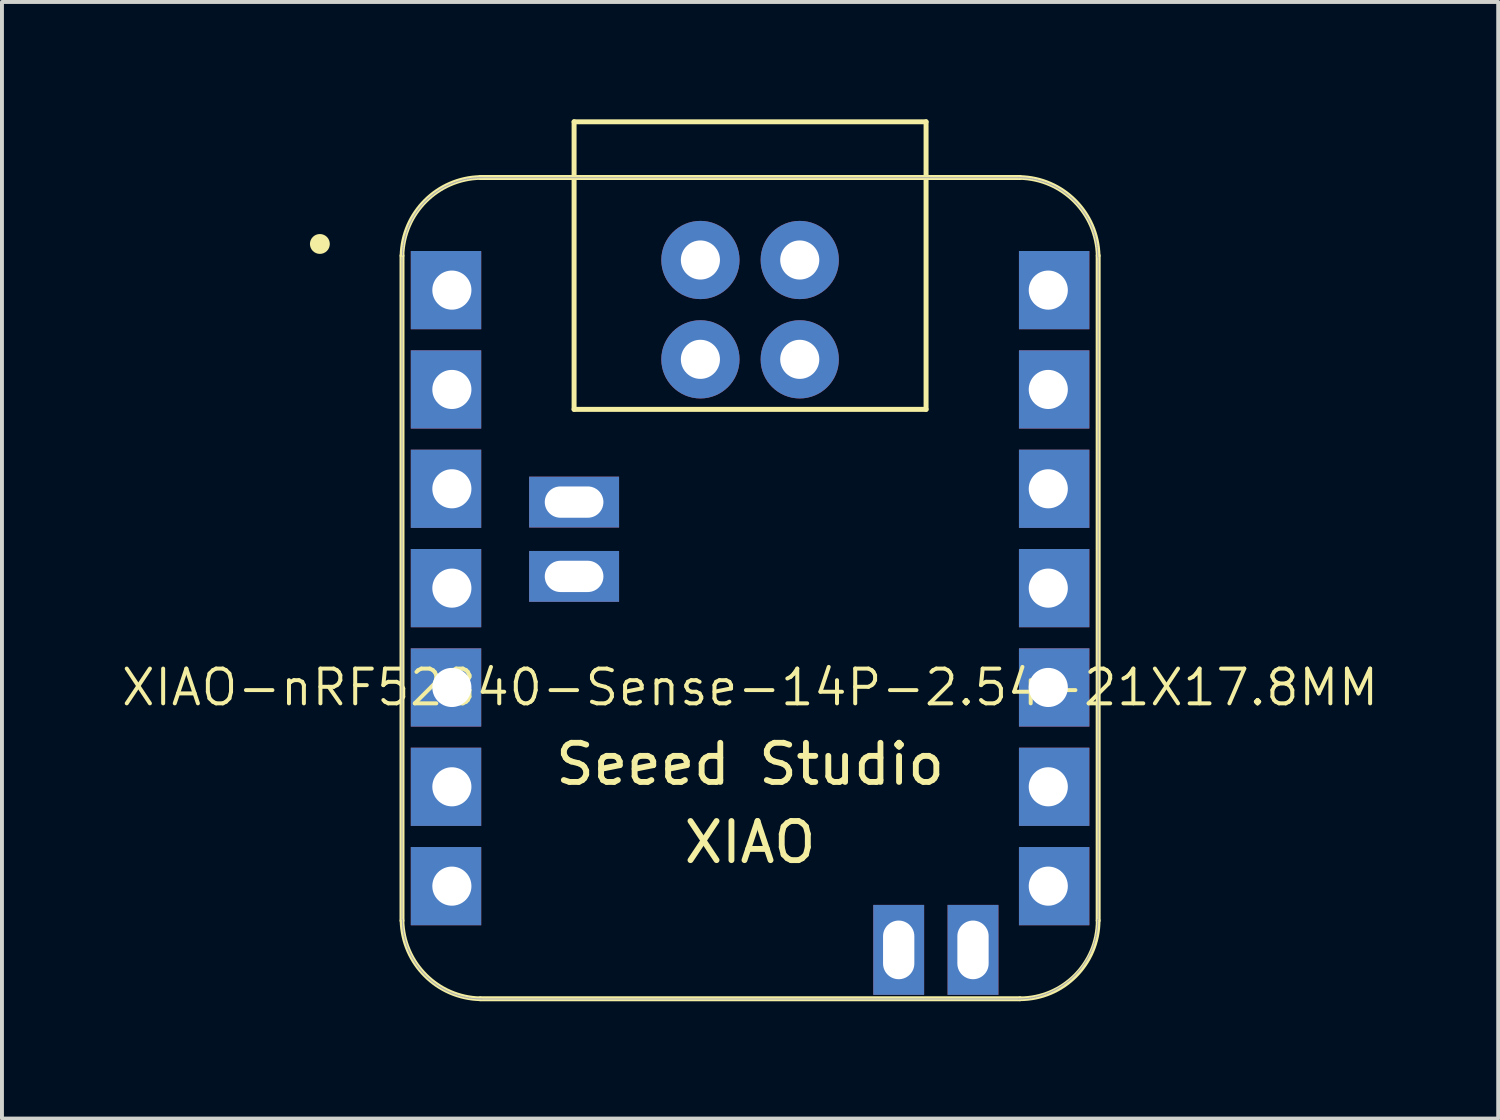
<source format=kicad_pcb>
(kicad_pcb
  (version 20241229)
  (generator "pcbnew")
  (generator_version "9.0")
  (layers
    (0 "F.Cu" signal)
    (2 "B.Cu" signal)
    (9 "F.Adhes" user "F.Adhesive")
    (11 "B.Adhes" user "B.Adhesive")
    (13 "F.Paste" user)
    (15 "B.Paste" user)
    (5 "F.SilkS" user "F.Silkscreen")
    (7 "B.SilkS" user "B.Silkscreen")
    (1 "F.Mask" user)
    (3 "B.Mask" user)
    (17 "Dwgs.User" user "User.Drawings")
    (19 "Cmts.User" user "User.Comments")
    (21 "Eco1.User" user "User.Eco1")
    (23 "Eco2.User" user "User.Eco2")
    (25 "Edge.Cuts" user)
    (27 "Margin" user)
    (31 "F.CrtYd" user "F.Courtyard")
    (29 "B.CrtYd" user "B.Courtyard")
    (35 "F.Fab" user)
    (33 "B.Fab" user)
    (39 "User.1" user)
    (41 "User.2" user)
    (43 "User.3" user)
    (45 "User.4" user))
  (footprint "XIAO-nRF52840-Sense-14P-2.54-21X17.8MM"
    (layer "F.Cu")
    (at 16.129 11.988)
    (property "Reference" "XIAO-nRF52840-Sense-14P-2.54-21X17.8MM" (at 0 2.54 0) (layer "F.SilkS") (effects (font (size 0.889 0.889) (thickness 0.102))))
    (attr smd)
    (fp_line (start -8.9 -8.5) (end -8.9 8.5) (stroke (width 0.127) (type solid)) (layer "F.SilkS"))
    (fp_line (start -6.9 10.5) (end 6.9 10.5) (stroke (width 0.127) (type solid)) (layer "F.SilkS"))
    (fp_line (start -4.5 -11.924) (end 4.5 -11.924) (stroke (width 0.127) (type solid)) (layer "F.SilkS"))
    (fp_line (start -4.5 -4.571) (end -4.5 -11.924) (stroke (width 0.127) (type solid)) (layer "F.SilkS"))
    (fp_line (start 4.5 -11.924) (end 4.5 -4.571) (stroke (width 0.127) (type solid)) (layer "F.SilkS"))
    (fp_line (start 4.5 -4.571) (end -4.5 -4.571) (stroke (width 0.127) (type solid)) (layer "F.SilkS"))
    (fp_line (start 6.9 -10.499) (end -6.9 -10.499) (stroke (width 0.127) (type solid)) (layer "F.SilkS"))
    (fp_line (start 8.9 8.5) (end 8.9 -8.5) (stroke (width 0.127) (type solid)) (layer "F.SilkS"))
    (fp_arc (start -8.9 -8.5) (mid -8.301491 -9.901491) (end -6.9 -10.5) (stroke (width 0.12) (type solid)) (layer "F.SilkS"))
    (fp_arc (start -6.9 10.5) (mid -8.301423 9.901423) (end -8.9 8.5) (stroke (width 0.12) (type solid)) (layer "F.SilkS"))
    (fp_arc (start 6.9 -10.5) (mid 8.301492 -9.901492) (end 8.9 -8.5) (stroke (width 0.12) (type solid)) (layer "F.SilkS"))
    (fp_arc (start 8.9 8.5) (mid 8.314214 9.914214) (end 6.9 10.5) (stroke (width 0.12) (type solid)) (layer "F.SilkS"))
    (fp_circle (center -11 -8.8) (end -11 -9.054) (stroke (width 0) (type solid)) (fill yes) (layer "F.SilkS"))
    (fp_poly (pts (xy -8.888 -8.562) (xy -8.885 -8.61) (xy -8.881 -8.659)) (stroke (width 0.025) (type solid)) (fill no) (layer "F.SilkS"))
    (fp_poly (pts (xy 8.889 8.522) (xy 8.888 8.571) (xy 8.885 8.62) (xy 8.881 8.669) (xy 8.875 8.717) (xy 8.869 8.766) (xy 8.861 8.815) (xy 8.852 8.863) (xy 8.842 8.911)) (stroke (width 0.025) (type solid)) (fill no) (layer "F.SilkS"))
    (fp_line (start -8.9 -8.463) (end -8.9 8.473) (stroke (width 0.025) (type solid)) (layer "F.Fab"))
    (fp_line (start -8.89 8.473) (end -8.889 8.522) (stroke (width 0.025) (type solid)) (layer "F.Fab"))
    (fp_line (start -8.889 8.522) (end -8.888 8.571) (stroke (width 0.025) (type solid)) (layer "F.Fab"))
    (fp_line (start -8.888 -8.562) (end -8.889 -8.512) (stroke (width 0.025) (type solid)) (layer "F.Fab"))
    (fp_line (start -8.888 8.571) (end -8.885 8.62) (stroke (width 0.025) (type solid)) (layer "F.Fab"))
    (fp_line (start -8.885 -8.61) (end -8.888 -8.562) (stroke (width 0.025) (type solid)) (layer "F.Fab"))
    (fp_line (start -8.885 8.62) (end -8.881 8.669) (stroke (width 0.025) (type solid)) (layer "F.Fab"))
    (fp_line (start -8.881 -8.659) (end -8.885 -8.61) (stroke (width 0.025) (type solid)) (layer "F.Fab"))
    (fp_line (start -8.881 8.669) (end -8.875 8.717) (stroke (width 0.025) (type solid)) (layer "F.Fab"))
    (fp_line (start -8.875 -8.708) (end -8.881 -8.659) (stroke (width 0.025) (type solid)) (layer "F.Fab"))
    (fp_line (start -8.875 8.717) (end -8.869 8.766) (stroke (width 0.025) (type solid)) (layer "F.Fab"))
    (fp_line (start -8.869 -8.757) (end -8.875 -8.708) (stroke (width 0.025) (type solid)) (layer "F.Fab"))
    (fp_line (start -8.869 8.766) (end -8.861 8.815) (stroke (width 0.025) (type solid)) (layer "F.Fab"))
    (fp_line (start -8.861 -8.806) (end -8.869 -8.757) (stroke (width 0.025) (type solid)) (layer "F.Fab"))
    (fp_line (start -8.861 8.815) (end -8.852 8.863) (stroke (width 0.025) (type solid)) (layer "F.Fab"))
    (fp_line (start -8.852 -8.854) (end -8.861 -8.806) (stroke (width 0.025) (type solid)) (layer "F.Fab"))
    (fp_line (start -8.852 8.863) (end -8.842 8.911) (stroke (width 0.025) (type solid)) (layer "F.Fab"))
    (fp_line (start -8.842 -8.902) (end -8.852 -8.854) (stroke (width 0.025) (type solid)) (layer "F.Fab"))
    (fp_line (start -8.842 8.911) (end -8.831 8.959) (stroke (width 0.025) (type solid)) (layer "F.Fab"))
    (fp_line (start -8.831 -8.95) (end -8.842 -8.902) (stroke (width 0.025) (type solid)) (layer "F.Fab"))
    (fp_line (start -8.831 8.959) (end -8.819 9.006) (stroke (width 0.025) (type solid)) (layer "F.Fab"))
    (fp_line (start -8.819 -8.997) (end -8.831 -8.95) (stroke (width 0.025) (type solid)) (layer "F.Fab"))
    (fp_line (start -8.819 9.006) (end -8.805 9.054) (stroke (width 0.025) (type solid)) (layer "F.Fab"))
    (fp_line (start -8.805 -9.045) (end -8.819 -8.997) (stroke (width 0.025) (type solid)) (layer "F.Fab"))
    (fp_line (start -8.805 9.054) (end -8.79 9.1) (stroke (width 0.025) (type solid)) (layer "F.Fab"))
    (fp_line (start -8.79 -9.091) (end -8.805 -9.045) (stroke (width 0.025) (type solid)) (layer "F.Fab"))
    (fp_line (start -8.79 9.1) (end -8.775 9.147) (stroke (width 0.025) (type solid)) (layer "F.Fab"))
    (fp_line (start -8.775 -9.138) (end -8.79 -9.091) (stroke (width 0.025) (type solid)) (layer "F.Fab"))
    (fp_line (start -8.775 9.147) (end -8.758 9.193) (stroke (width 0.025) (type solid)) (layer "F.Fab"))
    (fp_line (start -8.758 -9.184) (end -8.775 -9.138) (stroke (width 0.025) (type solid)) (layer "F.Fab"))
    (fp_line (start -8.758 9.193) (end -8.74 9.239) (stroke (width 0.025) (type solid)) (layer "F.Fab"))
    (fp_line (start -8.74 -9.23) (end -8.758 -9.184) (stroke (width 0.025) (type solid)) (layer "F.Fab"))
    (fp_line (start -8.74 9.239) (end -8.721 9.284) (stroke (width 0.025) (type solid)) (layer "F.Fab"))
    (fp_line (start -8.721 -9.275) (end -8.74 -9.23) (stroke (width 0.025) (type solid)) (layer "F.Fab"))
    (fp_line (start -8.721 9.284) (end -8.701 9.329) (stroke (width 0.025) (type solid)) (layer "F.Fab"))
    (fp_line (start -8.701 -9.32) (end -8.721 -9.275) (stroke (width 0.025) (type solid)) (layer "F.Fab"))
    (fp_line (start -8.701 9.329) (end -8.679 9.373) (stroke (width 0.025) (type solid)) (layer "F.Fab"))
    (fp_line (start -8.679 -9.364) (end -8.701 -9.32) (stroke (width 0.025) (type solid)) (layer "F.Fab"))
    (fp_line (start -8.679 9.373) (end -8.657 9.417) (stroke (width 0.025) (type solid)) (layer "F.Fab"))
    (fp_line (start -8.657 -9.408) (end -8.679 -9.364) (stroke (width 0.025) (type solid)) (layer "F.Fab"))
    (fp_line (start -8.657 9.417) (end -8.634 9.46) (stroke (width 0.025) (type solid)) (layer "F.Fab"))
    (fp_line (start -8.634 -9.451) (end -8.657 -9.408) (stroke (width 0.025) (type solid)) (layer "F.Fab"))
    (fp_line (start -8.634 9.46) (end -8.61 9.503) (stroke (width 0.025) (type solid)) (layer "F.Fab"))
    (fp_line (start -8.61 -9.494) (end -8.634 -9.451) (stroke (width 0.025) (type solid)) (layer "F.Fab"))
    (fp_line (start -8.61 9.503) (end -8.584 9.545) (stroke (width 0.025) (type solid)) (layer "F.Fab"))
    (fp_line (start -8.584 -9.536) (end -8.61 -9.494) (stroke (width 0.025) (type solid)) (layer "F.Fab"))
    (fp_line (start -8.584 9.545) (end -8.558 9.586) (stroke (width 0.025) (type solid)) (layer "F.Fab"))
    (fp_line (start -8.558 -9.577) (end -8.584 -9.536) (stroke (width 0.025) (type solid)) (layer "F.Fab"))
    (fp_line (start -8.558 9.586) (end -8.53 9.627) (stroke (width 0.025) (type solid)) (layer "F.Fab"))
    (fp_line (start -8.53 -9.618) (end -8.558 -9.577) (stroke (width 0.025) (type solid)) (layer "F.Fab"))
    (fp_line (start -8.53 9.627) (end -8.502 9.667) (stroke (width 0.025) (type solid)) (layer "F.Fab"))
    (fp_line (start -8.502 -9.658) (end -8.53 -9.618) (stroke (width 0.025) (type solid)) (layer "F.Fab"))
    (fp_line (start -8.502 9.667) (end -8.473 9.706) (stroke (width 0.025) (type solid)) (layer "F.Fab"))
    (fp_line (start -8.473 -9.697) (end -8.502 -9.658) (stroke (width 0.025) (type solid)) (layer "F.Fab"))
    (fp_line (start -8.473 9.706) (end -8.442 9.745) (stroke (width 0.025) (type solid)) (layer "F.Fab"))
    (fp_line (start -8.442 -9.736) (end -8.473 -9.697) (stroke (width 0.025) (type solid)) (layer "F.Fab"))
    (fp_line (start -8.442 9.745) (end -8.411 9.783) (stroke (width 0.025) (type solid)) (layer "F.Fab"))
    (fp_line (start -8.411 -9.774) (end -8.442 -9.736) (stroke (width 0.025) (type solid)) (layer "F.Fab"))
    (fp_line (start -8.411 9.783) (end -8.379 9.82) (stroke (width 0.025) (type solid)) (layer "F.Fab"))
    (fp_line (start -8.379 -9.811) (end -8.411 -9.774) (stroke (width 0.025) (type solid)) (layer "F.Fab"))
    (fp_line (start -8.379 9.82) (end -8.346 9.856) (stroke (width 0.025) (type solid)) (layer "F.Fab"))
    (fp_line (start -8.346 -9.847) (end -8.379 -9.811) (stroke (width 0.025) (type solid)) (layer "F.Fab"))
    (fp_line (start -8.346 9.856) (end -8.312 9.892) (stroke (width 0.025) (type solid)) (layer "F.Fab"))
    (fp_line (start -8.312 -9.883) (end -8.346 -9.847) (stroke (width 0.025) (type solid)) (layer "F.Fab"))
    (fp_line (start -8.312 9.892) (end -8.277 9.927) (stroke (width 0.025) (type solid)) (layer "F.Fab"))
    (fp_line (start -8.277 -9.918) (end -8.312 -9.883) (stroke (width 0.025) (type solid)) (layer "F.Fab"))
    (fp_line (start -8.277 9.927) (end -8.242 9.96) (stroke (width 0.025) (type solid)) (layer "F.Fab"))
    (fp_line (start -8.242 -9.951) (end -8.277 -9.918) (stroke (width 0.025) (type solid)) (layer "F.Fab"))
    (fp_line (start -8.242 9.96) (end -8.205 9.994) (stroke (width 0.025) (type solid)) (layer "F.Fab"))
    (fp_line (start -8.205 -9.984) (end -8.242 -9.951) (stroke (width 0.025) (type solid)) (layer "F.Fab"))
    (fp_line (start -8.205 9.994) (end -8.168 10.026) (stroke (width 0.025) (type solid)) (layer "F.Fab"))
    (fp_line (start -8.168 -10.017) (end -8.205 -9.984) (stroke (width 0.025) (type solid)) (layer "F.Fab"))
    (fp_line (start -8.168 10.026) (end -8.13 10.057) (stroke (width 0.025) (type solid)) (layer "F.Fab"))
    (fp_line (start -8.13 -10.048) (end -8.168 -10.017) (stroke (width 0.025) (type solid)) (layer "F.Fab"))
    (fp_line (start -8.13 10.057) (end -8.092 10.087) (stroke (width 0.025) (type solid)) (layer "F.Fab"))
    (fp_line (start -8.092 -10.078) (end -8.13 -10.048) (stroke (width 0.025) (type solid)) (layer "F.Fab"))
    (fp_line (start -8.092 10.087) (end -8.052 10.116) (stroke (width 0.025) (type solid)) (layer "F.Fab"))
    (fp_line (start -8.052 -10.107) (end -8.092 -10.078) (stroke (width 0.025) (type solid)) (layer "F.Fab"))
    (fp_line (start -8.052 10.116) (end -8.012 10.145) (stroke (width 0.025) (type solid)) (layer "F.Fab"))
    (fp_line (start -8.012 -10.136) (end -8.052 -10.107) (stroke (width 0.025) (type solid)) (layer "F.Fab"))
    (fp_line (start -8.012 10.145) (end -7.972 10.172) (stroke (width 0.025) (type solid)) (layer "F.Fab"))
    (fp_line (start -7.972 -10.163) (end -8.012 -10.136) (stroke (width 0.025) (type solid)) (layer "F.Fab"))
    (fp_line (start -7.972 10.172) (end -7.93 10.199) (stroke (width 0.025) (type solid)) (layer "F.Fab"))
    (fp_line (start -7.93 -10.19) (end -7.972 -10.163) (stroke (width 0.025) (type solid)) (layer "F.Fab"))
    (fp_line (start -7.93 10.199) (end -7.888 10.224) (stroke (width 0.025) (type solid)) (layer "F.Fab"))
    (fp_line (start -7.888 -10.215) (end -7.93 -10.19) (stroke (width 0.025) (type solid)) (layer "F.Fab"))
    (fp_line (start -7.888 10.224) (end -7.846 10.249) (stroke (width 0.025) (type solid)) (layer "F.Fab"))
    (fp_line (start -7.846 -10.239) (end -7.888 -10.215) (stroke (width 0.025) (type solid)) (layer "F.Fab"))
    (fp_line (start -7.846 10.249) (end -7.802 10.272) (stroke (width 0.025) (type solid)) (layer "F.Fab"))
    (fp_line (start -7.802 -10.263) (end -7.846 -10.239) (stroke (width 0.025) (type solid)) (layer "F.Fab"))
    (fp_line (start -7.802 10.272) (end -7.759 10.294) (stroke (width 0.025) (type solid)) (layer "F.Fab"))
    (fp_line (start -7.759 -10.285) (end -7.802 -10.263) (stroke (width 0.025) (type solid)) (layer "F.Fab"))
    (fp_line (start -7.759 10.294) (end -7.714 10.315) (stroke (width 0.025) (type solid)) (layer "F.Fab"))
    (fp_line (start -7.714 -10.306) (end -7.759 -10.285) (stroke (width 0.025) (type solid)) (layer "F.Fab"))
    (fp_line (start -7.714 10.315) (end -7.67 10.335) (stroke (width 0.025) (type solid)) (layer "F.Fab"))
    (fp_line (start -7.67 -10.326) (end -7.714 -10.306) (stroke (width 0.025) (type solid)) (layer "F.Fab"))
    (fp_line (start -7.67 10.335) (end -7.624 10.354) (stroke (width 0.025) (type solid)) (layer "F.Fab"))
    (fp_line (start -7.624 -10.345) (end -7.67 -10.326) (stroke (width 0.025) (type solid)) (layer "F.Fab"))
    (fp_line (start -7.624 10.354) (end -7.579 10.372) (stroke (width 0.025) (type solid)) (layer "F.Fab"))
    (fp_line (start -7.579 -10.363) (end -7.624 -10.345) (stroke (width 0.025) (type solid)) (layer "F.Fab"))
    (fp_line (start -7.579 10.372) (end -7.532 10.389) (stroke (width 0.025) (type solid)) (layer "F.Fab"))
    (fp_line (start -7.532 -10.38) (end -7.579 -10.363) (stroke (width 0.025) (type solid)) (layer "F.Fab"))
    (fp_line (start -7.532 10.389) (end -7.486 10.405) (stroke (width 0.025) (type solid)) (layer "F.Fab"))
    (fp_line (start -7.486 -10.396) (end -7.532 -10.38) (stroke (width 0.025) (type solid)) (layer "F.Fab"))
    (fp_line (start -7.486 10.405) (end -7.439 10.42) (stroke (width 0.025) (type solid)) (layer "F.Fab"))
    (fp_line (start -7.439 -10.411) (end -7.486 -10.396) (stroke (width 0.025) (type solid)) (layer "F.Fab"))
    (fp_line (start -7.439 10.42) (end -7.392 10.433) (stroke (width 0.025) (type solid)) (layer "F.Fab"))
    (fp_line (start -7.392 -10.424) (end -7.439 -10.411) (stroke (width 0.025) (type solid)) (layer "F.Fab"))
    (fp_line (start -7.392 10.433) (end -7.344 10.446) (stroke (width 0.025) (type solid)) (layer "F.Fab"))
    (fp_line (start -7.344 -10.436) (end -7.392 -10.424) (stroke (width 0.025) (type solid)) (layer "F.Fab"))
    (fp_line (start -7.344 10.446) (end -7.296 10.457) (stroke (width 0.025) (type solid)) (layer "F.Fab"))
    (fp_line (start -7.296 -10.448) (end -7.344 -10.436) (stroke (width 0.025) (type solid)) (layer "F.Fab"))
    (fp_line (start -7.296 10.457) (end -7.248 10.467) (stroke (width 0.025) (type solid)) (layer "F.Fab"))
    (fp_line (start -7.248 -10.458) (end -7.296 -10.448) (stroke (width 0.025) (type solid)) (layer "F.Fab"))
    (fp_line (start -7.248 10.467) (end -7.2 10.476) (stroke (width 0.025) (type solid)) (layer "F.Fab"))
    (fp_line (start -7.2 -10.466) (end -7.248 -10.458) (stroke (width 0.025) (type solid)) (layer "F.Fab"))
    (fp_line (start -7.2 10.476) (end -7.152 10.483) (stroke (width 0.025) (type solid)) (layer "F.Fab"))
    (fp_line (start -7.152 -10.474) (end -7.2 -10.466) (stroke (width 0.025) (type solid)) (layer "F.Fab"))
    (fp_line (start -7.152 10.483) (end -7.103 10.49) (stroke (width 0.025) (type solid)) (layer "F.Fab"))
    (fp_line (start -7.103 -10.481) (end -7.152 -10.474) (stroke (width 0.025) (type solid)) (layer "F.Fab"))
    (fp_line (start -7.103 10.49) (end -7.054 10.495) (stroke (width 0.025) (type solid)) (layer "F.Fab"))
    (fp_line (start -7.054 -10.486) (end -7.103 -10.481) (stroke (width 0.025) (type solid)) (layer "F.Fab"))
    (fp_line (start -7.054 10.495) (end -7.005 10.499) (stroke (width 0.025) (type solid)) (layer "F.Fab"))
    (fp_line (start -7.005 -10.49) (end -7.054 -10.486) (stroke (width 0.025) (type solid)) (layer "F.Fab"))
    (fp_line (start -7.005 10.499) (end -6.956 10.502) (stroke (width 0.025) (type solid)) (layer "F.Fab"))
    (fp_line (start -6.956 -10.493) (end -7.005 -10.49) (stroke (width 0.025) (type solid)) (layer "F.Fab"))
    (fp_line (start -6.956 10.502) (end -6.907 10.504) (stroke (width 0.025) (type solid)) (layer "F.Fab"))
    (fp_line (start -6.907 -10.495) (end -6.956 -10.493) (stroke (width 0.025) (type solid)) (layer "F.Fab"))
    (fp_line (start -6.907 10.504) (end -6.858 10.505) (stroke (width 0.025) (type solid)) (layer "F.Fab"))
    (fp_line (start -6.858 -10.495) (end -6.907 -10.495) (stroke (width 0.025) (type solid)) (layer "F.Fab"))
    (fp_line (start -6.858 10.505) (end 6.858 10.505) (stroke (width 0.025) (type solid)) (layer "F.Fab"))
    (fp_line (start 6.858 -10.495) (end -6.858 -10.495) (stroke (width 0.025) (type solid)) (layer "F.Fab"))
    (fp_line (start 6.858 10.505) (end 6.907 10.504) (stroke (width 0.025) (type solid)) (layer "F.Fab"))
    (fp_line (start 6.907 -10.495) (end 6.858 -10.495) (stroke (width 0.025) (type solid)) (layer "F.Fab"))
    (fp_line (start 6.907 10.504) (end 6.956 10.502) (stroke (width 0.025) (type solid)) (layer "F.Fab"))
    (fp_line (start 6.956 -10.493) (end 6.907 -10.495) (stroke (width 0.025) (type solid)) (layer "F.Fab"))
    (fp_line (start 6.956 10.502) (end 7.005 10.499) (stroke (width 0.025) (type solid)) (layer "F.Fab"))
    (fp_line (start 7.005 -10.49) (end 6.956 -10.493) (stroke (width 0.025) (type solid)) (layer "F.Fab"))
    (fp_line (start 7.005 10.499) (end 7.054 10.495) (stroke (width 0.025) (type solid)) (layer "F.Fab"))
    (fp_line (start 7.054 -10.486) (end 7.005 -10.49) (stroke (width 0.025) (type solid)) (layer "F.Fab"))
    (fp_line (start 7.054 10.495) (end 7.103 10.49) (stroke (width 0.025) (type solid)) (layer "F.Fab"))
    (fp_line (start 7.103 -10.481) (end 7.054 -10.486) (stroke (width 0.025) (type solid)) (layer "F.Fab"))
    (fp_line (start 7.103 10.49) (end 7.152 10.483) (stroke (width 0.025) (type solid)) (layer "F.Fab"))
    (fp_line (start 7.152 -10.474) (end 7.103 -10.481) (stroke (width 0.025) (type solid)) (layer "F.Fab"))
    (fp_line (start 7.152 10.483) (end 7.2 10.476) (stroke (width 0.025) (type solid)) (layer "F.Fab"))
    (fp_line (start 7.2 -10.466) (end 7.152 -10.474) (stroke (width 0.025) (type solid)) (layer "F.Fab"))
    (fp_line (start 7.2 10.476) (end 7.248 10.467) (stroke (width 0.025) (type solid)) (layer "F.Fab"))
    (fp_line (start 7.248 -10.458) (end 7.2 -10.466) (stroke (width 0.025) (type solid)) (layer "F.Fab"))
    (fp_line (start 7.248 10.467) (end 7.296 10.457) (stroke (width 0.025) (type solid)) (layer "F.Fab"))
    (fp_line (start 7.296 -10.448) (end 7.248 -10.458) (stroke (width 0.025) (type solid)) (layer "F.Fab"))
    (fp_line (start 7.296 10.457) (end 7.344 10.446) (stroke (width 0.025) (type solid)) (layer "F.Fab"))
    (fp_line (start 7.344 -10.436) (end 7.296 -10.448) (stroke (width 0.025) (type solid)) (layer "F.Fab"))
    (fp_line (start 7.344 10.446) (end 7.392 10.433) (stroke (width 0.025) (type solid)) (layer "F.Fab"))
    (fp_line (start 7.392 -10.424) (end 7.344 -10.436) (stroke (width 0.025) (type solid)) (layer "F.Fab"))
    (fp_line (start 7.392 10.433) (end 7.439 10.42) (stroke (width 0.025) (type solid)) (layer "F.Fab"))
    (fp_line (start 7.439 -10.411) (end 7.392 -10.424) (stroke (width 0.025) (type solid)) (layer "F.Fab"))
    (fp_line (start 7.439 10.42) (end 7.486 10.405) (stroke (width 0.025) (type solid)) (layer "F.Fab"))
    (fp_line (start 7.486 -10.396) (end 7.439 -10.411) (stroke (width 0.025) (type solid)) (layer "F.Fab"))
    (fp_line (start 7.486 10.405) (end 7.532 10.389) (stroke (width 0.025) (type solid)) (layer "F.Fab"))
    (fp_line (start 7.532 -10.38) (end 7.486 -10.396) (stroke (width 0.025) (type solid)) (layer "F.Fab"))
    (fp_line (start 7.532 10.389) (end 7.579 10.372) (stroke (width 0.025) (type solid)) (layer "F.Fab"))
    (fp_line (start 7.579 -10.363) (end 7.532 -10.38) (stroke (width 0.025) (type solid)) (layer "F.Fab"))
    (fp_line (start 7.579 10.372) (end 7.624 10.354) (stroke (width 0.025) (type solid)) (layer "F.Fab"))
    (fp_line (start 7.624 -10.345) (end 7.579 -10.363) (stroke (width 0.025) (type solid)) (layer "F.Fab"))
    (fp_line (start 7.624 10.354) (end 7.67 10.335) (stroke (width 0.025) (type solid)) (layer "F.Fab"))
    (fp_line (start 7.67 -10.326) (end 7.624 -10.345) (stroke (width 0.025) (type solid)) (layer "F.Fab"))
    (fp_line (start 7.67 10.335) (end 7.714 10.315) (stroke (width 0.025) (type solid)) (layer "F.Fab"))
    (fp_line (start 7.714 -10.306) (end 7.67 -10.326) (stroke (width 0.025) (type solid)) (layer "F.Fab"))
    (fp_line (start 7.714 10.315) (end 7.759 10.294) (stroke (width 0.025) (type solid)) (layer "F.Fab"))
    (fp_line (start 7.759 -10.285) (end 7.714 -10.306) (stroke (width 0.025) (type solid)) (layer "F.Fab"))
    (fp_line (start 7.759 10.294) (end 7.802 10.272) (stroke (width 0.025) (type solid)) (layer "F.Fab"))
    (fp_line (start 7.802 -10.263) (end 7.759 -10.285) (stroke (width 0.025) (type solid)) (layer "F.Fab"))
    (fp_line (start 7.802 10.272) (end 7.846 10.249) (stroke (width 0.025) (type solid)) (layer "F.Fab"))
    (fp_line (start 7.846 -10.239) (end 7.802 -10.263) (stroke (width 0.025) (type solid)) (layer "F.Fab"))
    (fp_line (start 7.846 10.249) (end 7.888 10.224) (stroke (width 0.025) (type solid)) (layer "F.Fab"))
    (fp_line (start 7.888 -10.215) (end 7.846 -10.239) (stroke (width 0.025) (type solid)) (layer "F.Fab"))
    (fp_line (start 7.888 10.224) (end 7.93 10.199) (stroke (width 0.025) (type solid)) (layer "F.Fab"))
    (fp_line (start 7.93 -10.19) (end 7.888 -10.215) (stroke (width 0.025) (type solid)) (layer "F.Fab"))
    (fp_line (start 7.93 10.199) (end 7.972 10.172) (stroke (width 0.025) (type solid)) (layer "F.Fab"))
    (fp_line (start 7.972 -10.163) (end 7.93 -10.19) (stroke (width 0.025) (type solid)) (layer "F.Fab"))
    (fp_line (start 7.972 10.172) (end 8.012 10.145) (stroke (width 0.025) (type solid)) (layer "F.Fab"))
    (fp_line (start 8.012 -10.136) (end 7.972 -10.163) (stroke (width 0.025) (type solid)) (layer "F.Fab"))
    (fp_line (start 8.012 10.145) (end 8.052 10.116) (stroke (width 0.025) (type solid)) (layer "F.Fab"))
    (fp_line (start 8.052 -10.107) (end 8.012 -10.136) (stroke (width 0.025) (type solid)) (layer "F.Fab"))
    (fp_line (start 8.052 10.116) (end 8.092 10.087) (stroke (width 0.025) (type solid)) (layer "F.Fab"))
    (fp_line (start 8.092 -10.078) (end 8.052 -10.107) (stroke (width 0.025) (type solid)) (layer "F.Fab"))
    (fp_line (start 8.092 10.087) (end 8.13 10.057) (stroke (width 0.025) (type solid)) (layer "F.Fab"))
    (fp_line (start 8.13 -10.048) (end 8.092 -10.078) (stroke (width 0.025) (type solid)) (layer "F.Fab"))
    (fp_line (start 8.13 10.057) (end 8.168 10.026) (stroke (width 0.025) (type solid)) (layer "F.Fab"))
    (fp_line (start 8.168 -10.017) (end 8.13 -10.048) (stroke (width 0.025) (type solid)) (layer "F.Fab"))
    (fp_line (start 8.168 10.026) (end 8.205 9.994) (stroke (width 0.025) (type solid)) (layer "F.Fab"))
    (fp_line (start 8.205 -9.984) (end 8.168 -10.017) (stroke (width 0.025) (type solid)) (layer "F.Fab"))
    (fp_line (start 8.205 9.994) (end 8.242 9.96) (stroke (width 0.025) (type solid)) (layer "F.Fab"))
    (fp_line (start 8.242 -9.951) (end 8.205 -9.984) (stroke (width 0.025) (type solid)) (layer "F.Fab"))
    (fp_line (start 8.242 9.96) (end 8.277 9.927) (stroke (width 0.025) (type solid)) (layer "F.Fab"))
    (fp_line (start 8.277 -9.918) (end 8.242 -9.951) (stroke (width 0.025) (type solid)) (layer "F.Fab"))
    (fp_line (start 8.277 9.927) (end 8.312 9.892) (stroke (width 0.025) (type solid)) (layer "F.Fab"))
    (fp_line (start 8.312 -9.883) (end 8.277 -9.918) (stroke (width 0.025) (type solid)) (layer "F.Fab"))
    (fp_line (start 8.312 9.892) (end 8.346 9.856) (stroke (width 0.025) (type solid)) (layer "F.Fab"))
    (fp_line (start 8.346 -9.847) (end 8.312 -9.883) (stroke (width 0.025) (type solid)) (layer "F.Fab"))
    (fp_line (start 8.346 9.856) (end 8.379 9.82) (stroke (width 0.025) (type solid)) (layer "F.Fab"))
    (fp_line (start 8.379 -9.811) (end 8.346 -9.847) (stroke (width 0.025) (type solid)) (layer "F.Fab"))
    (fp_line (start 8.379 9.82) (end 8.411 9.783) (stroke (width 0.025) (type solid)) (layer "F.Fab"))
    (fp_line (start 8.411 -9.774) (end 8.379 -9.811) (stroke (width 0.025) (type solid)) (layer "F.Fab"))
    (fp_line (start 8.411 9.783) (end 8.442 9.745) (stroke (width 0.025) (type solid)) (layer "F.Fab"))
    (fp_line (start 8.442 -9.736) (end 8.411 -9.774) (stroke (width 0.025) (type solid)) (layer "F.Fab"))
    (fp_line (start 8.442 9.745) (end 8.473 9.706) (stroke (width 0.025) (type solid)) (layer "F.Fab"))
    (fp_line (start 8.473 -9.697) (end 8.442 -9.736) (stroke (width 0.025) (type solid)) (layer "F.Fab"))
    (fp_line (start 8.473 9.706) (end 8.502 9.667) (stroke (width 0.025) (type solid)) (layer "F.Fab"))
    (fp_line (start 8.502 -9.658) (end 8.473 -9.697) (stroke (width 0.025) (type solid)) (layer "F.Fab"))
    (fp_line (start 8.502 9.667) (end 8.53 9.627) (stroke (width 0.025) (type solid)) (layer "F.Fab"))
    (fp_line (start 8.53 -9.618) (end 8.502 -9.658) (stroke (width 0.025) (type solid)) (layer "F.Fab"))
    (fp_line (start 8.53 9.627) (end 8.558 9.586) (stroke (width 0.025) (type solid)) (layer "F.Fab"))
    (fp_line (start 8.558 -9.577) (end 8.53 -9.618) (stroke (width 0.025) (type solid)) (layer "F.Fab"))
    (fp_line (start 8.558 9.586) (end 8.584 9.545) (stroke (width 0.025) (type solid)) (layer "F.Fab"))
    (fp_line (start 8.584 -9.536) (end 8.558 -9.577) (stroke (width 0.025) (type solid)) (layer "F.Fab"))
    (fp_line (start 8.584 9.545) (end 8.61 9.503) (stroke (width 0.025) (type solid)) (layer "F.Fab"))
    (fp_line (start 8.61 -9.494) (end 8.584 -9.536) (stroke (width 0.025) (type solid)) (layer "F.Fab"))
    (fp_line (start 8.61 9.503) (end 8.634 9.46) (stroke (width 0.025) (type solid)) (layer "F.Fab"))
    (fp_line (start 8.634 -9.451) (end 8.61 -9.494) (stroke (width 0.025) (type solid)) (layer "F.Fab"))
    (fp_line (start 8.634 9.46) (end 8.657 9.417) (stroke (width 0.025) (type solid)) (layer "F.Fab"))
    (fp_line (start 8.657 -9.408) (end 8.634 -9.451) (stroke (width 0.025) (type solid)) (layer "F.Fab"))
    (fp_line (start 8.657 9.417) (end 8.679 9.373) (stroke (width 0.025) (type solid)) (layer "F.Fab"))
    (fp_line (start 8.679 -9.364) (end 8.657 -9.408) (stroke (width 0.025) (type solid)) (layer "F.Fab"))
    (fp_line (start 8.679 9.373) (end 8.701 9.329) (stroke (width 0.025) (type solid)) (layer "F.Fab"))
    (fp_line (start 8.701 -9.32) (end 8.679 -9.364) (stroke (width 0.025) (type solid)) (layer "F.Fab"))
    (fp_line (start 8.701 9.329) (end 8.721 9.284) (stroke (width 0.025) (type solid)) (layer "F.Fab"))
    (fp_line (start 8.721 -9.275) (end 8.701 -9.32) (stroke (width 0.025) (type solid)) (layer "F.Fab"))
    (fp_line (start 8.721 9.284) (end 8.74 9.239) (stroke (width 0.025) (type solid)) (layer "F.Fab"))
    (fp_line (start 8.74 -9.23) (end 8.721 -9.275) (stroke (width 0.025) (type solid)) (layer "F.Fab"))
    (fp_line (start 8.74 9.239) (end 8.758 9.193) (stroke (width 0.025) (type solid)) (layer "F.Fab"))
    (fp_line (start 8.758 -9.184) (end 8.74 -9.23) (stroke (width 0.025) (type solid)) (layer "F.Fab"))
    (fp_line (start 8.758 9.193) (end 8.775 9.147) (stroke (width 0.025) (type solid)) (layer "F.Fab"))
    (fp_line (start 8.775 -9.138) (end 8.758 -9.184) (stroke (width 0.025) (type solid)) (layer "F.Fab"))
    (fp_line (start 8.775 9.147) (end 8.79 9.1) (stroke (width 0.025) (type solid)) (layer "F.Fab"))
    (fp_line (start 8.79 -9.091) (end 8.775 -9.138) (stroke (width 0.025) (type solid)) (layer "F.Fab"))
    (fp_line (start 8.79 9.1) (end 8.805 9.054) (stroke (width 0.025) (type solid)) (layer "F.Fab"))
    (fp_line (start 8.805 -9.045) (end 8.79 -9.091) (stroke (width 0.025) (type solid)) (layer "F.Fab"))
    (fp_line (start 8.805 9.054) (end 8.819 9.006) (stroke (width 0.025) (type solid)) (layer "F.Fab"))
    (fp_line (start 8.819 -8.997) (end 8.805 -9.045) (stroke (width 0.025) (type solid)) (layer "F.Fab"))
    (fp_line (start 8.819 9.006) (end 8.831 8.959) (stroke (width 0.025) (type solid)) (layer "F.Fab"))
    (fp_line (start 8.831 -8.95) (end 8.819 -8.997) (stroke (width 0.025) (type solid)) (layer "F.Fab"))
    (fp_line (start 8.831 8.959) (end 8.842 8.911) (stroke (width 0.025) (type solid)) (layer "F.Fab"))
    (fp_line (start 8.842 -8.902) (end 8.831 -8.95) (stroke (width 0.025) (type solid)) (layer "F.Fab"))
    (fp_line (start 8.842 8.911) (end 8.852 8.863) (stroke (width 0.025) (type solid)) (layer "F.Fab"))
    (fp_line (start 8.852 -8.854) (end 8.842 -8.902) (stroke (width 0.025) (type solid)) (layer "F.Fab"))
    (fp_line (start 8.852 8.863) (end 8.861 8.815) (stroke (width 0.025) (type solid)) (layer "F.Fab"))
    (fp_line (start 8.861 -8.806) (end 8.852 -8.854) (stroke (width 0.025) (type solid)) (layer "F.Fab"))
    (fp_line (start 8.861 8.815) (end 8.869 8.766) (stroke (width 0.025) (type solid)) (layer "F.Fab"))
    (fp_line (start 8.869 -8.757) (end 8.861 -8.806) (stroke (width 0.025) (type solid)) (layer "F.Fab"))
    (fp_line (start 8.869 8.766) (end 8.875 8.717) (stroke (width 0.025) (type solid)) (layer "F.Fab"))
    (fp_line (start 8.875 -8.708) (end 8.869 -8.757) (stroke (width 0.025) (type solid)) (layer "F.Fab"))
    (fp_line (start 8.875 8.717) (end 8.881 8.669) (stroke (width 0.025) (type solid)) (layer "F.Fab"))
    (fp_line (start 8.881 -8.659) (end 8.875 -8.708) (stroke (width 0.025) (type solid)) (layer "F.Fab"))
    (fp_line (start 8.881 8.669) (end 8.885 8.62) (stroke (width 0.025) (type solid)) (layer "F.Fab"))
    (fp_line (start 8.885 -8.61) (end 8.881 -8.659) (stroke (width 0.025) (type solid)) (layer "F.Fab"))
    (fp_line (start 8.885 8.62) (end 8.888 8.571) (stroke (width 0.025) (type solid)) (layer "F.Fab"))
    (fp_line (start 8.888 -8.562) (end 8.885 -8.61) (stroke (width 0.025) (type solid)) (layer "F.Fab"))
    (fp_line (start 8.888 8.571) (end 8.889 8.522) (stroke (width 0.025) (type solid)) (layer "F.Fab"))
    (fp_line (start 8.889 -8.512) (end 8.888 -8.562) (stroke (width 0.025) (type solid)) (layer "F.Fab"))
    (fp_line (start 8.889 8.522) (end 8.89 8.473) (stroke (width 0.025) (type solid)) (layer "F.Fab"))
    (fp_line (start 8.89 -8.463) (end 8.889 -8.512) (stroke (width 0.025) (type solid)) (layer "F.Fab"))
    (fp_line (start 8.9 8.473) (end 8.9 -8.463) (stroke (width 0.025) (type solid)) (layer "F.Fab"))
    (fp_text user "Seeed Studio" (at 0 4.5 0) (unlocked yes) (layer "F.SilkS") (effects (font (size 1 1) (thickness 0.15))))
    (fp_text user "XIAO" (at 0 6.5 0) (unlocked yes) (layer "F.SilkS") (effects (font (size 1 1) (thickness 0.15))))
    (pad "1" thru_hole rect (at -7.625 -7.62) (size 1.8 2) (drill 1 (offset -0.15 0)) (layers "*.Cu" "*.Mask"))
    (pad "2" thru_hole rect (at -7.625 -5.08) (size 1.8 2) (drill 1 (offset -0.15 0)) (layers "*.Cu" "*.Mask"))
    (pad "3" thru_hole rect (at -7.625 -2.54) (size 1.8 2) (drill 1 (offset -0.15 0)) (layers "*.Cu" "*.Mask"))
    (pad "4" thru_hole rect (at -7.625 0) (size 1.8 2) (drill 1 (offset -0.15 0)) (layers "*.Cu" "*.Mask"))
    (pad "5" thru_hole rect (at -7.625 2.54) (size 1.8 2) (drill 1 (offset -0.15 0)) (layers "*.Cu" "*.Mask"))
    (pad "6" thru_hole rect (at -7.625 5.08) (size 1.8 2) (drill 1 (offset -0.15 0)) (layers "*.Cu" "*.Mask"))
    (pad "7" thru_hole rect (at -7.625 7.62) (size 1.8 2) (drill 1 (offset -0.15 0)) (layers "*.Cu" "*.Mask"))
    (pad "8" thru_hole rect (at 7.625 7.62) (size 1.8 2) (drill 1 (offset 0.15 0)) (layers "*.Cu" "*.Mask"))
    (pad "9" thru_hole rect (at 7.625 5.08) (size 1.8 2) (drill 1 (offset 0.15 0)) (layers "*.Cu" "*.Mask"))
    (pad "10" thru_hole rect (at 7.625 2.54) (size 1.8 2) (drill 1 (offset 0.15 0)) (layers "*.Cu" "*.Mask"))
    (pad "11" thru_hole rect (at 7.625 0) (size 1.8 2) (drill 1 (offset 0.15 0)) (layers "*.Cu" "*.Mask"))
    (pad "12" thru_hole rect (at 7.625 -2.54) (size 1.8 2) (drill 1 (offset 0.15 0)) (layers "*.Cu" "*.Mask"))
    (pad "13" thru_hole rect (at 7.625 -5.08) (size 1.8 2) (drill 1 (offset 0.15 0)) (layers "*.Cu" "*.Mask"))
    (pad "14" thru_hole rect (at 7.625 -7.62) (size 1.8 2) (drill 1 (offset 0.15 0)) (layers "*.Cu" "*.Mask"))
    (pad "15" thru_hole circle (at -1.27 -8.39 90) (size 2 2) (drill 1) (layers "*.Cu" "*.Mask"))
    (pad "16" thru_hole circle (at 1.27 -8.39) (size 2 2) (drill 1) (layers "*.Cu" "*.Mask"))
    (pad "17" thru_hole circle (at -1.27 -5.85) (size 2 2) (drill 1) (layers "*.Cu" "*.Mask"))
    (pad "18" thru_hole circle (at 1.27 -5.85) (size 2 2) (drill 1) (layers "*.Cu" "*.Mask"))
    (pad "19" thru_hole rect (at 3.8 9.25 90) (size 2.3 1.3) (drill oval 1.5 0.8) (layers "*.Cu" "*.Mask"))
    (pad "20" thru_hole rect (at 5.7 9.25 90) (size 2.3 1.3) (drill oval 1.5 0.8) (layers "*.Cu" "*.Mask"))
    (pad "21" thru_hole rect (at -4.5 -2.2 180) (size 2.3 1.3) (drill oval 1.5 0.8) (layers "*.Cu" "*.Mask"))
    (pad "22" thru_hole rect (at -4.5 -0.3 180) (size 2.3 1.3) (drill oval 1.5 0.8) (layers "*.Cu" "*.Mask")))
  (gr_rect
    (start -3 -3)
    (end 35.258 25.551)
    (stroke (width 0.1) (type default))
    (fill no)
    (layer "Edge.Cuts")))
</source>
